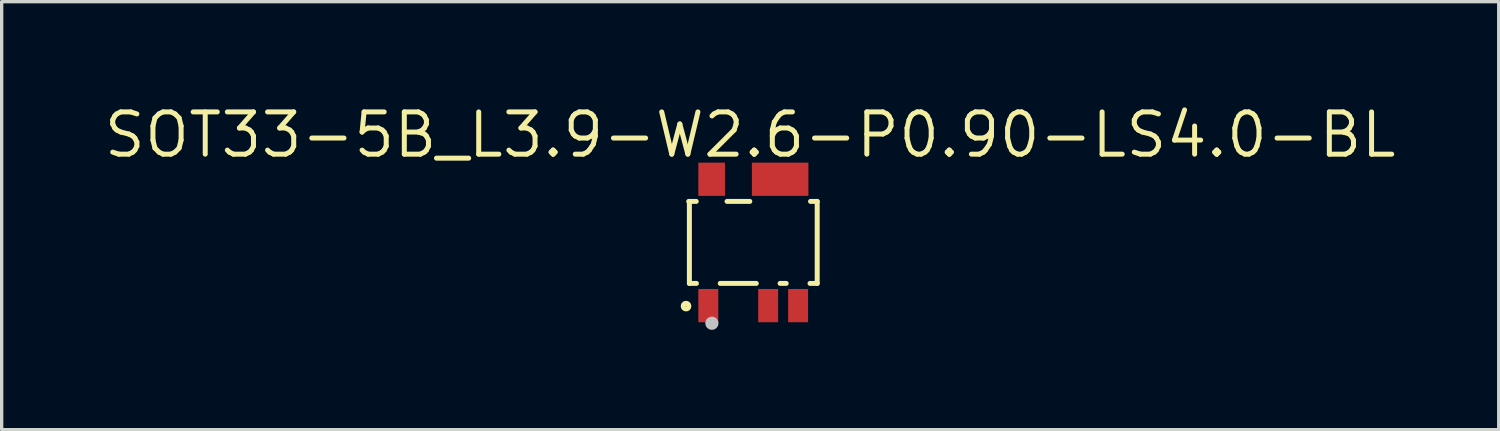
<source format=kicad_pcb>
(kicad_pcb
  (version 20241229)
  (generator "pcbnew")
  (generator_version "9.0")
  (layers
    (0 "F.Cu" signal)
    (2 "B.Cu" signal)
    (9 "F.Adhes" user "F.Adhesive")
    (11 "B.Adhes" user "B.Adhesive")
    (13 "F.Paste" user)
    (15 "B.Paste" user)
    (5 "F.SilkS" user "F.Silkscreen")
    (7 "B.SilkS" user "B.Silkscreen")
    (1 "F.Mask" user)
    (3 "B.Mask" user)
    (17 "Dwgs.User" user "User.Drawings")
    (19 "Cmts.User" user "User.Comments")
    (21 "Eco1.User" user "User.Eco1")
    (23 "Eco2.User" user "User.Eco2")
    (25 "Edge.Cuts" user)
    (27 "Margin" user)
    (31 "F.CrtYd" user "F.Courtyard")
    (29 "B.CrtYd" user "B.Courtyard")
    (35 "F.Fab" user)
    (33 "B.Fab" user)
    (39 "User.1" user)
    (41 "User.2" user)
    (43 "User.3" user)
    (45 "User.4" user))
  (footprint "SOT33-5B_L3.9-W2.6-P0.90-LS4.0-BL"
    (layer "F.Cu")
    (at 19.602 4.241)
    (property "Reference" "SOT33-5B_L3.9-W2.6-P0.90-LS4.0-BL" (at -0.091 -3.235 0) (layer "F.SilkS") (effects (font (size 1.27 1.27) (thickness 0.15))))
    (fp_line (start -1.94 -1.234) (end -1.714 -1.234) (stroke (width 0.15) (type default)) (layer "F.SilkS"))
    (fp_line (start -1.92 1.232) (end -1.92 -1.221) (stroke (width 0.15) (type default)) (layer "F.SilkS"))
    (fp_line (start -1.708 1.232) (end -1.92 1.232) (stroke (width 0.15) (type default)) (layer "F.SilkS"))
    (fp_line (start -0.787 -1.234) (end -0.103 -1.234) (stroke (width 0.15) (type default)) (layer "F.SilkS"))
    (fp_line (start 0.092 1.232) (end -0.992 1.232) (stroke (width 0.15) (type default)) (layer "F.SilkS"))
    (fp_line (start 0.992 1.232) (end 0.808 1.232) (stroke (width 0.15) (type default)) (layer "F.SilkS"))
    (fp_line (start 1.724 -1.234) (end 1.924 -1.234) (stroke (width 0.15) (type default)) (layer "F.SilkS"))
    (fp_line (start 1.924 -1.234) (end 1.924 1.232) (stroke (width 0.15) (type default)) (layer "F.SilkS"))
    (fp_line (start 1.924 1.232) (end 1.708 1.232) (stroke (width 0.15) (type default)) (layer "F.SilkS"))
    (fp_circle (center -2.02 1.915) (end -1.935 1.915) (stroke (width 0.15) (type default)) (fill no) (layer "F.SilkS"))
    (fp_circle (center -1.243 2.43) (end -1.143 2.43) (stroke (width 0.2) (type default)) (fill no) (layer "Dwgs.User"))
    (fp_circle (center -1.95 2) (end -1.92 2) (stroke (width 0.06) (type default)) (fill no) (layer "User.5"))
    (pad "1" smd rect (at -1.35 1.9) (size 0.6 1) (layers "F.Cu" "F.Mask" "F.Paste"))
    (pad "2" smd rect (at 0.45 1.9) (size 0.6 1) (layers "F.Cu" "F.Mask" "F.Paste"))
    (pad "3" smd rect (at 1.35 1.9) (size 0.6 1) (layers "F.Cu" "F.Mask" "F.Paste"))
    (pad "4" smd rect (at 0.81 -1.9) (size 1.7 1) (layers "F.Cu" "F.Mask" "F.Paste"))
    (pad "5" smd rect (at -1.25 -1.9) (size 0.8 1) (layers "F.Cu" "F.Mask" "F.Paste"))
    (zone (net_name "") (layer "User.4") (hatch edge 0.5) (priority 100) (connect_pads yes) (min_thickness 0) (filled_areas_thickness no) (fill yes) (polygon (pts (xy 18.042 2.741) (xy 18.042 2.241) (xy 18.662 2.241) (xy 18.662 2.741))) (filled_polygon (layer "User.4") (island) (pts (xy 18.042 2.741) (xy 18.042 2.241) (xy 18.662 2.241) (xy 18.662 2.741))))
    (zone (net_name "") (layer "User.4") (hatch edge 0.5) (priority 100) (connect_pads) (min_thickness 0) (filled_areas_thickness no) (keepout (tracks allowed) (vias allowed) (pads allowed) (copperpour not_allowed) (footprints allowed)) (placement (enabled no)) (fill) (polygon (pts (xy 18.042 2.951) (xy 18.042 2.731) (xy 18.662 2.731) (xy 18.662 2.951))))
    (zone (net_name "") (layer "User.4") (hatch edge 0.5) (priority 100) (connect_pads) (min_thickness 0) (filled_areas_thickness no) (keepout (tracks allowed) (vias allowed) (pads allowed) (copperpour not_allowed) (footprints allowed)) (placement (enabled no)) (fill) (polygon (pts (xy 18.042 5.751) (xy 18.042 5.531) (xy 18.462 5.531) (xy 18.462 5.751))))
    (zone (net_name "") (layer "User.4") (hatch edge 0.5) (priority 100) (connect_pads yes) (min_thickness 0) (filled_areas_thickness no) (fill yes) (polygon (pts (xy 18.042 6.241) (xy 18.042 5.741) (xy 18.462 5.741) (xy 18.462 6.241))) (filled_polygon (layer "User.4") (island) (pts (xy 18.042 6.241) (xy 18.042 5.741) (xy 18.462 5.741) (xy 18.462 6.241))))
    (zone (net_name "") (layer "User.4") (hatch edge 0.5) (priority 100) (connect_pads yes) (min_thickness 0) (filled_areas_thickness no) (fill yes) (polygon (pts (xy 19.662 2.741) (xy 19.662 2.241) (xy 21.162 2.241) (xy 21.162 2.741))) (filled_polygon (layer "User.4") (island) (pts (xy 19.662 2.741) (xy 19.662 2.241) (xy 21.162 2.241) (xy 21.162 2.741))))
    (zone (net_name "") (layer "User.4") (hatch edge 0.5) (priority 100) (connect_pads) (min_thickness 0) (filled_areas_thickness no) (keepout (tracks allowed) (vias allowed) (pads allowed) (copperpour not_allowed) (footprints allowed)) (placement (enabled no)) (fill) (polygon (pts (xy 19.662 2.951) (xy 19.662 2.731) (xy 21.162 2.731) (xy 21.162 2.951))))
    (zone (net_name "") (layer "User.4") (hatch edge 0.5) (priority 100) (connect_pads) (min_thickness 0) (filled_areas_thickness no) (keepout (tracks allowed) (vias allowed) (pads allowed) (copperpour not_allowed) (footprints allowed)) (placement (enabled no)) (fill) (polygon (pts (xy 19.842 5.751) (xy 19.842 5.531) (xy 20.262 5.531) (xy 20.262 5.751))))
    (zone (net_name "") (layer "User.4") (hatch edge 0.5) (priority 100) (connect_pads yes) (min_thickness 0) (filled_areas_thickness no) (fill yes) (polygon (pts (xy 19.842 6.241) (xy 19.842 5.741) (xy 20.262 5.741) (xy 20.262 6.241))) (filled_polygon (layer "User.4") (island) (pts (xy 19.842 6.241) (xy 19.842 5.741) (xy 20.262 5.741) (xy 20.262 6.241))))
    (zone (net_name "") (layer "User.4") (hatch edge 0.5) (priority 100) (connect_pads) (min_thickness 0) (filled_areas_thickness no) (keepout (tracks allowed) (vias allowed) (pads allowed) (copperpour not_allowed) (footprints allowed)) (placement (enabled no)) (fill) (polygon (pts (xy 20.742 5.751) (xy 20.742 5.531) (xy 21.162 5.531) (xy 21.162 5.751))))
    (zone (net_name "") (layer "User.4") (hatch edge 0.5) (priority 100) (connect_pads yes) (min_thickness 0) (filled_areas_thickness no) (fill yes) (polygon (pts (xy 20.742 6.241) (xy 20.742 5.741) (xy 21.162 5.741) (xy 21.162 6.241))) (filled_polygon (layer "User.4") (island) (pts (xy 20.742 6.241) (xy 20.742 5.741) (xy 21.162 5.741) (xy 21.162 6.241)))))
  (gr_rect
    (start -3 -3)
    (end 42.022 9.871)
    (stroke (width 0.1) (type default))
    (fill no)
    (layer "Edge.Cuts")))
</source>
